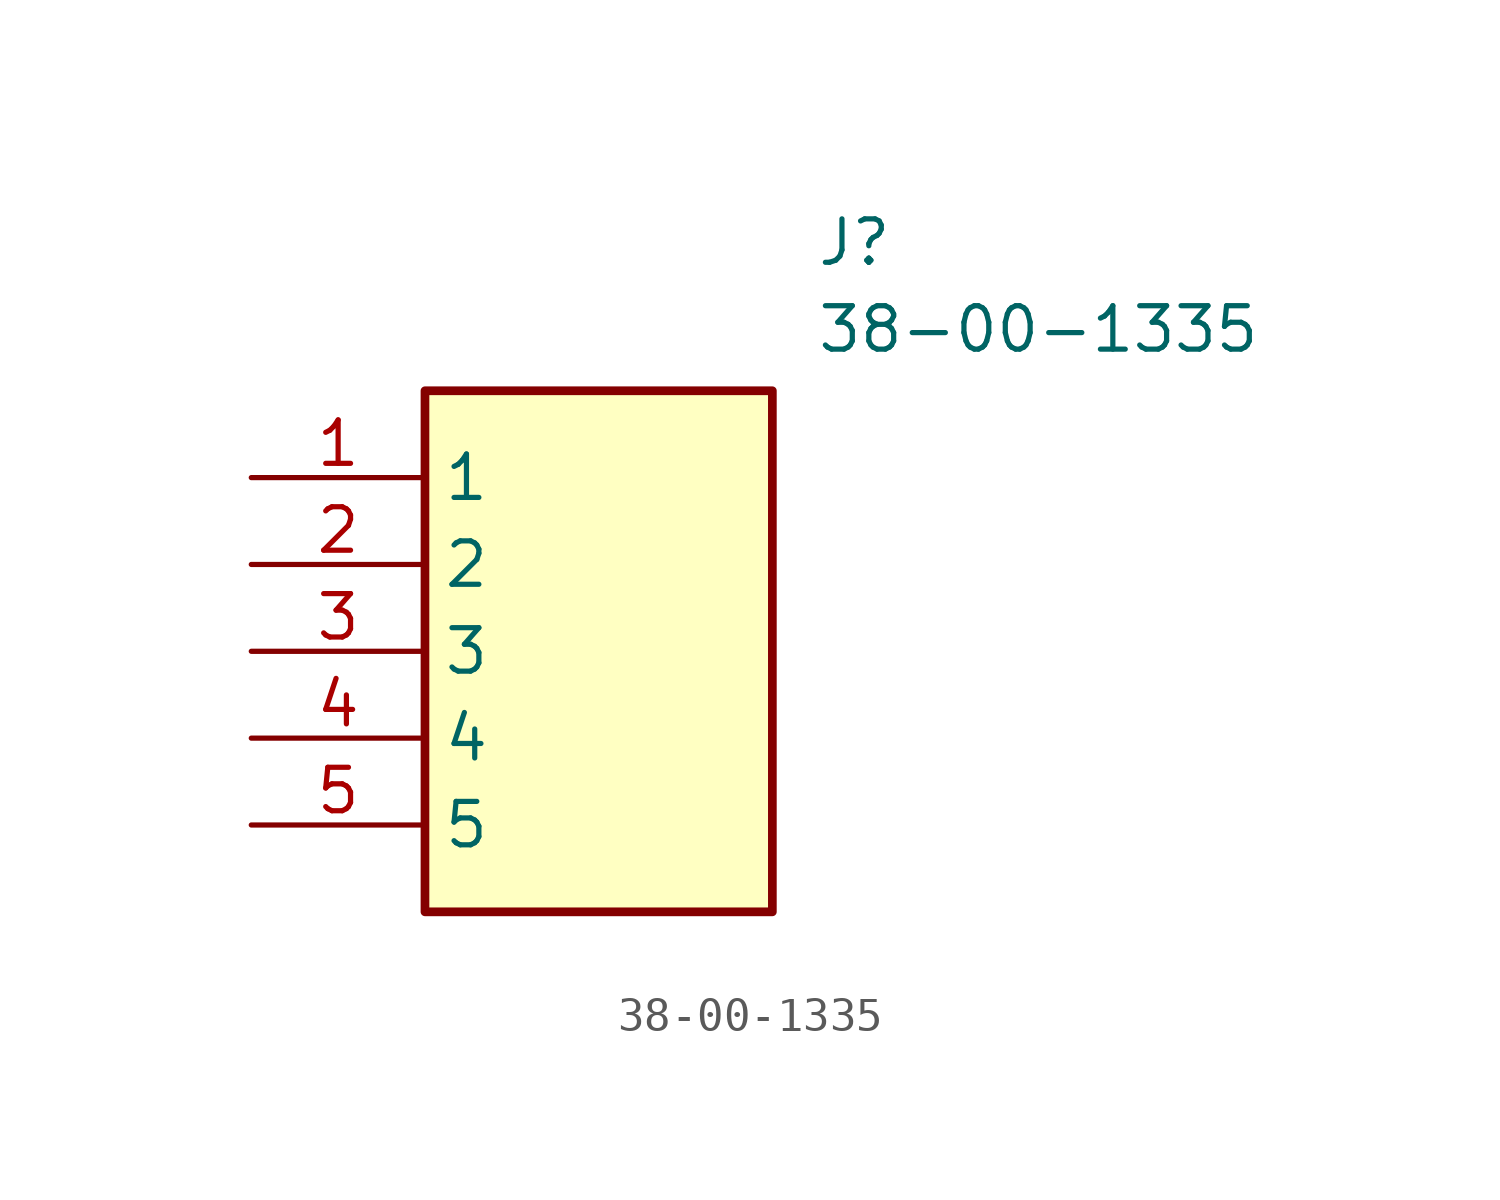
<source format=kicad_sym>
(kicad_symbol_lib
  (version 20211014)
  (generator SamacSys_ECAD_Model)
  (symbol "38-00-1335"
    (property "Reference" "J"
      (at 16.51 7.62 0)
      (effects (font (size 1.27 1.27)) (justify left top)))
    (property "Value" "38-00-1335"
      (at 16.51 5.08 0)
      (effects (font (size 1.27 1.27)) (justify left top)))
    (rectangle
      (start 5.08 2.54)
      (end 15.24 -12.7)
      (stroke (width 0.254) (type default))
      (fill (type background)))
    (pin passive line
      (at 0 0 0)
      (length 5.08)
      (name "1" (effects (font (size 1.27 1.27))))
      (number "1" (effects (font (size 1.27 1.27)))))
    (pin passive line
      (at 0 -2.54 0)
      (length 5.08)
      (name "2" (effects (font (size 1.27 1.27))))
      (number "2" (effects (font (size 1.27 1.27)))))
    (pin passive line
      (at 0 -5.08 0)
      (length 5.08)
      (name "3" (effects (font (size 1.27 1.27))))
      (number "3" (effects (font (size 1.27 1.27)))))
    (pin passive line
      (at 0 -7.62 0)
      (length 5.08)
      (name "4" (effects (font (size 1.27 1.27))))
      (number "4" (effects (font (size 1.27 1.27)))))
    (pin passive line
      (at 0 -10.16 0)
      (length 5.08)
      (name "5" (effects (font (size 1.27 1.27))))
      (number "5" (effects (font (size 1.27 1.27)))))))
</source>
